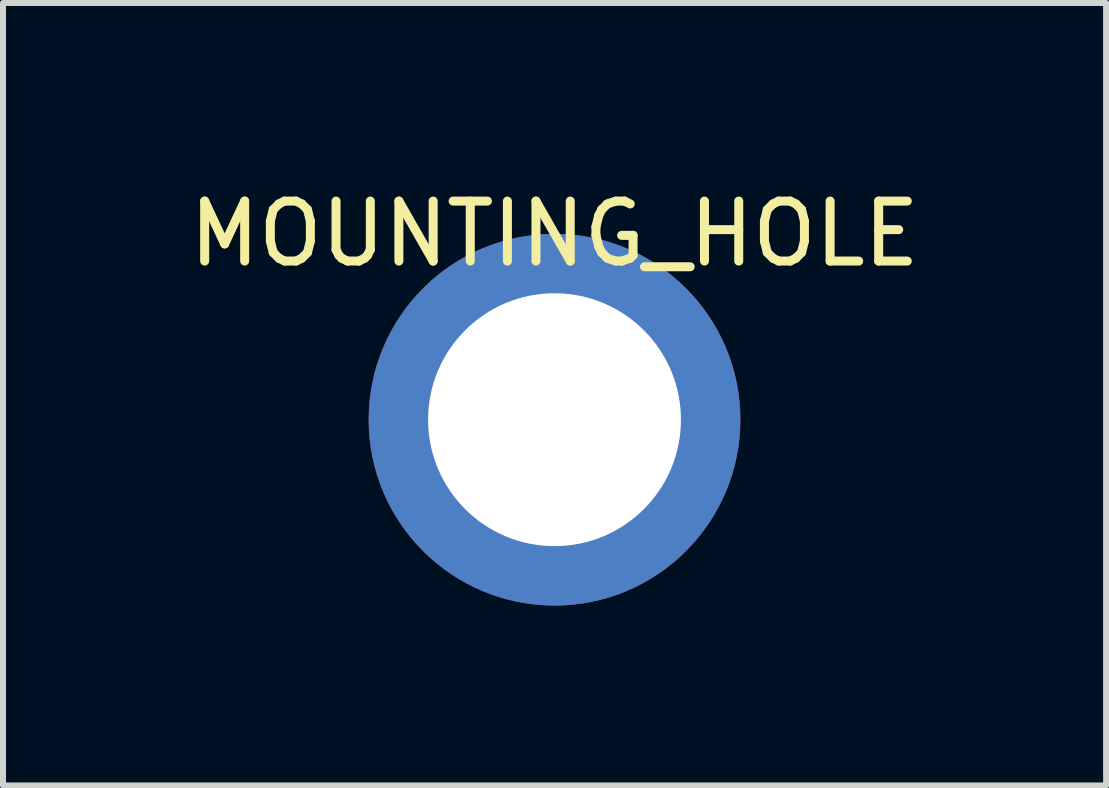
<source format=kicad_pcb>
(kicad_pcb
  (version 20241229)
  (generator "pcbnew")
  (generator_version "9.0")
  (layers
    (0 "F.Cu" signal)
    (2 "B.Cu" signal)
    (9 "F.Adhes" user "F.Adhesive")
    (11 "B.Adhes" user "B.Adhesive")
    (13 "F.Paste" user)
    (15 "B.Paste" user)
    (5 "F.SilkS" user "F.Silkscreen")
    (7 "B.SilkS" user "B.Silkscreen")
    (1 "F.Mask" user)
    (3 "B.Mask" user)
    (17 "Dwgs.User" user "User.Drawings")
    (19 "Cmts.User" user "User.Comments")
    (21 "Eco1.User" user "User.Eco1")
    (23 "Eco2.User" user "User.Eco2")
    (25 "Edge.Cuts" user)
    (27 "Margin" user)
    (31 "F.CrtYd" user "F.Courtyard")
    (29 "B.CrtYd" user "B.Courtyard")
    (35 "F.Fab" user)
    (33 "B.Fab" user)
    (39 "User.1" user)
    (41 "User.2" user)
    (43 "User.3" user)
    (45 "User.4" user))
  (footprint "MOUNTING_HOLE"
    (layer "F.Cu")
    (at 6.196 3.948)
    (property "Reference" "MOUNTING_HOLE" (at 0 -3.1 0) (layer "F.SilkS") (effects (font (size 1 1) (thickness 0.15))))
    (attr through_hole)
    (pad "" np_thru_hole circle (at 0 0) (size 6.198 6.198) (drill 4.216) (layers "*.Cu" "*.Mask")))
  (gr_rect
    (start -3 -3)
    (end 15.393 10.047)
    (stroke (width 0.1) (type default))
    (fill no)
    (layer "Edge.Cuts")))
</source>
